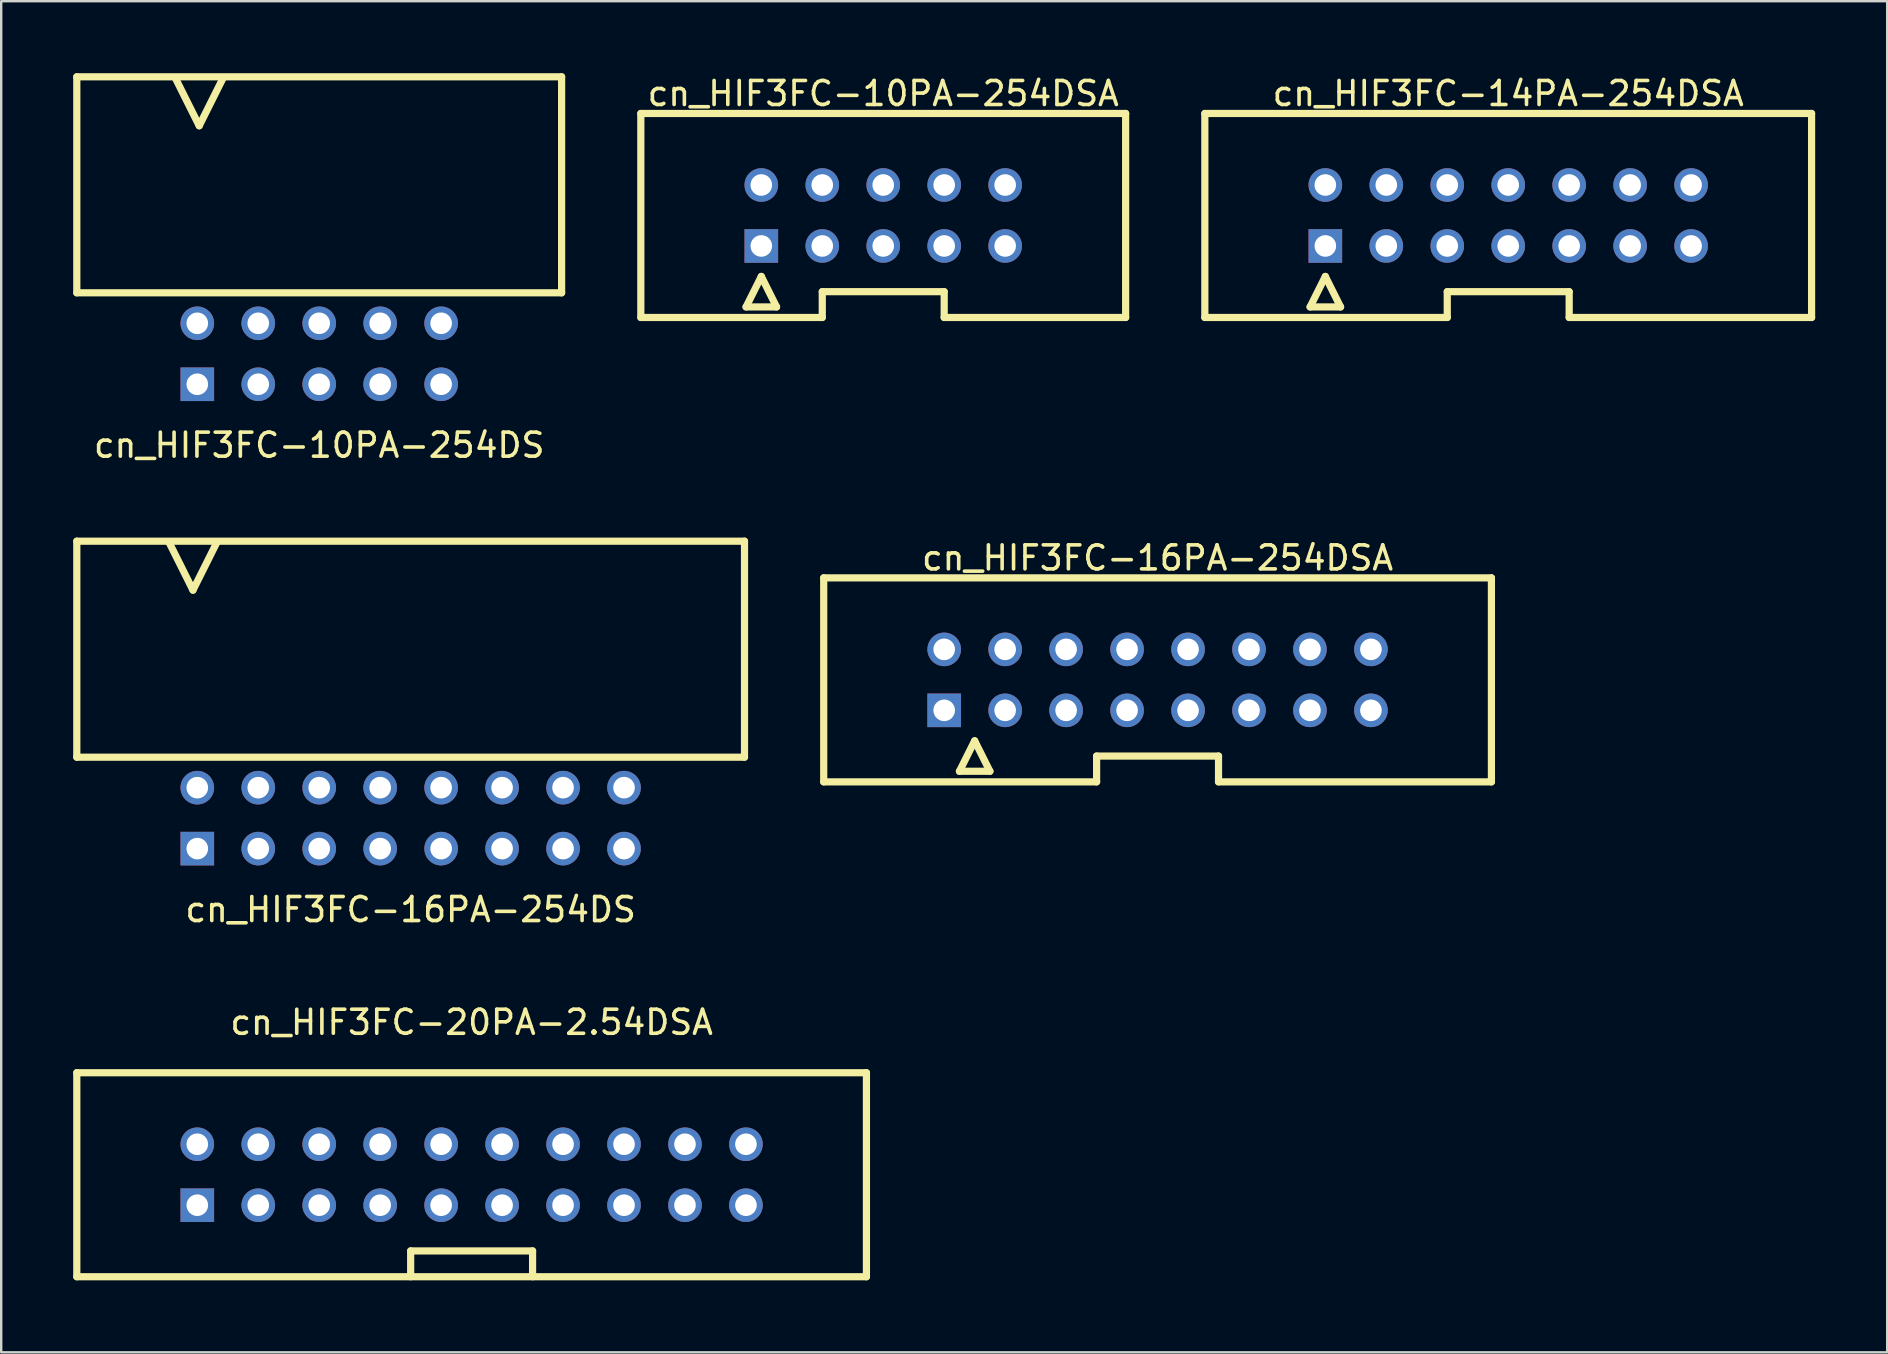
<source format=kicad_pcb>
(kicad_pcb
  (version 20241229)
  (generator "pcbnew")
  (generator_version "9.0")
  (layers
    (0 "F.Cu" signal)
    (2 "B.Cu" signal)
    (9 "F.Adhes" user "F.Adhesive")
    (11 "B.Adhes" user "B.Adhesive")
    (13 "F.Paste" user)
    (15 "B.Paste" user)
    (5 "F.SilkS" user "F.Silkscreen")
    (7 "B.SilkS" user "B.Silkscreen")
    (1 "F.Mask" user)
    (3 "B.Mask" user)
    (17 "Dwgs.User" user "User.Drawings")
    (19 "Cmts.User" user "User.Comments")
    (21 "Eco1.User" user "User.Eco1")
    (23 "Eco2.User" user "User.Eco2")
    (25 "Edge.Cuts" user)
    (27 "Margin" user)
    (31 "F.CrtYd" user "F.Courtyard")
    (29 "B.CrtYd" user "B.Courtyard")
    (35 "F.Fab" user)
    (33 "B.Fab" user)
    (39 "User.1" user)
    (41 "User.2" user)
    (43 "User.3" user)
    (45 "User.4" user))
  (footprint "cn_HIF3FC-16PA-254DSA"
    (layer "F.Cu")
    (at 45.18 25.276)
    (property "Reference" "cn_HIF3FC-16PA-254DSA" (at 0 -5.08 0) (layer "F.SilkS") (effects (font (size 1 1) (thickness 0.15))))
    (attr through_hole)
    (fp_line (start -13.91 -4.25) (end 13.91 -4.25) (stroke (width 0.3) (type solid)) (layer "F.SilkS"))
    (fp_line (start -13.91 4.25) (end -13.91 -4.25) (stroke (width 0.3) (type solid)) (layer "F.SilkS"))
    (fp_line (start -8.255 3.81) (end -6.985 3.81) (stroke (width 0.3) (type solid)) (layer "F.SilkS"))
    (fp_line (start -7.62 2.54) (end -8.255 3.81) (stroke (width 0.3) (type solid)) (layer "F.SilkS"))
    (fp_line (start -6.985 3.81) (end -7.62 2.54) (stroke (width 0.3) (type solid)) (layer "F.SilkS"))
    (fp_line (start -2.54 3.175) (end 2.54 3.175) (stroke (width 0.3) (type solid)) (layer "F.SilkS"))
    (fp_line (start -2.54 4.25) (end -13.91 4.25) (stroke (width 0.3) (type solid)) (layer "F.SilkS"))
    (fp_line (start -2.54 4.25) (end -2.54 3.175) (stroke (width 0.3) (type solid)) (layer "F.SilkS"))
    (fp_line (start 2.54 3.175) (end 2.54 4.25) (stroke (width 0.3) (type solid)) (layer "F.SilkS"))
    (fp_line (start 13.91 -4.25) (end 13.91 4.25) (stroke (width 0.3) (type solid)) (layer "F.SilkS"))
    (fp_line (start 13.91 4.25) (end 2.54 4.25) (stroke (width 0.3) (type solid)) (layer "F.SilkS"))
    (pad "1" thru_hole rect (at -8.89 1.27) (size 1.4 1.4) (drill 0.9) (layers "*.Cu" "*.Mask"))
    (pad "2" thru_hole circle (at -8.89 -1.27) (size 1.4 1.4) (drill 0.9) (layers "*.Cu" "*.Mask"))
    (pad "3" thru_hole circle (at -6.35 1.27) (size 1.4 1.4) (drill 0.9) (layers "*.Cu" "*.Mask"))
    (pad "4" thru_hole circle (at -6.35 -1.27) (size 1.4 1.4) (drill 0.9) (layers "*.Cu" "*.Mask"))
    (pad "5" thru_hole circle (at -3.81 1.27) (size 1.4 1.4) (drill 0.9) (layers "*.Cu" "*.Mask"))
    (pad "6" thru_hole circle (at -3.81 -1.27) (size 1.4 1.4) (drill 0.9) (layers "*.Cu" "*.Mask"))
    (pad "7" thru_hole circle (at -1.27 1.27) (size 1.4 1.4) (drill 0.9) (layers "*.Cu" "*.Mask"))
    (pad "8" thru_hole circle (at -1.27 -1.27) (size 1.4 1.4) (drill 0.9) (layers "*.Cu" "*.Mask"))
    (pad "9" thru_hole circle (at 1.27 1.27) (size 1.4 1.4) (drill 0.9) (layers "*.Cu" "*.Mask"))
    (pad "10" thru_hole circle (at 1.27 -1.27) (size 1.4 1.4) (drill 0.9) (layers "*.Cu" "*.Mask"))
    (pad "11" thru_hole circle (at 3.81 1.27) (size 1.4 1.4) (drill 0.9) (layers "*.Cu" "*.Mask"))
    (pad "12" thru_hole circle (at 3.81 -1.27) (size 1.4 1.4) (drill 0.9) (layers "*.Cu" "*.Mask"))
    (pad "13" thru_hole circle (at 6.35 1.27) (size 1.4 1.4) (drill 0.9) (layers "*.Cu" "*.Mask"))
    (pad "14" thru_hole circle (at 6.35 -1.27) (size 1.4 1.4) (drill 0.9) (layers "*.Cu" "*.Mask"))
    (pad "15" thru_hole circle (at 8.89 1.27) (size 1.4 1.4) (drill 0.9) (layers "*.Cu" "*.Mask"))
    (pad "16" thru_hole circle (at 8.89 -1.27) (size 1.4 1.4) (drill 0.9) (layers "*.Cu" "*.Mask")))
  (footprint "cn_HIF3FC-10PA-254DS"
    (layer "F.Cu")
    (at 10.25 11.69)
    (property "Reference" "cn_HIF3FC-10PA-254DS" (at 0 3.81 0) (layer "F.SilkS") (effects (font (size 1 1) (thickness 0.15))))
    (attr through_hole)
    (fp_line (start -10.1 -11.54) (end -10.1 -2.54) (stroke (width 0.3) (type solid)) (layer "F.SilkS"))
    (fp_line (start -10.1 -2.54) (end 10.1 -2.54) (stroke (width 0.3) (type solid)) (layer "F.SilkS"))
    (fp_line (start -6 -11.5) (end -5 -9.5) (stroke (width 0.3) (type solid)) (layer "F.SilkS"))
    (fp_line (start -5 -9.5) (end -4 -11.5) (stroke (width 0.3) (type solid)) (layer "F.SilkS"))
    (fp_line (start 10.1 -11.54) (end -10.1 -11.54) (stroke (width 0.3) (type solid)) (layer "F.SilkS"))
    (fp_line (start 10.1 -2.54) (end 10.1 -11.54) (stroke (width 0.3) (type solid)) (layer "F.SilkS"))
    (pad "1" thru_hole rect (at -5.08 1.27) (size 1.4 1.4) (drill 0.9) (layers "*.Cu" "*.Mask"))
    (pad "2" thru_hole circle (at -5.08 -1.27) (size 1.4 1.4) (drill 0.9) (layers "*.Cu" "*.Mask"))
    (pad "3" thru_hole circle (at -2.54 1.27) (size 1.4 1.4) (drill 0.9) (layers "*.Cu" "*.Mask"))
    (pad "4" thru_hole circle (at -2.54 -1.27) (size 1.4 1.4) (drill 0.9) (layers "*.Cu" "*.Mask"))
    (pad "5" thru_hole circle (at 0 1.27) (size 1.4 1.4) (drill 0.9) (layers "*.Cu" "*.Mask"))
    (pad "6" thru_hole circle (at 0 -1.27) (size 1.4 1.4) (drill 0.9) (layers "*.Cu" "*.Mask"))
    (pad "7" thru_hole circle (at 2.54 1.27) (size 1.4 1.4) (drill 0.9) (layers "*.Cu" "*.Mask"))
    (pad "8" thru_hole circle (at 2.54 -1.27) (size 1.4 1.4) (drill 0.9) (layers "*.Cu" "*.Mask"))
    (pad "9" thru_hole circle (at 5.08 1.27) (size 1.4 1.4) (drill 0.9) (layers "*.Cu" "*.Mask"))
    (pad "10" thru_hole circle (at 5.08 -1.27) (size 1.4 1.4) (drill 0.9) (layers "*.Cu" "*.Mask")))
  (footprint "cn_HIF3FC-20PA-2.54DSA"
    (layer "F.Cu")
    (at 16.6 45.895)
    (property "Reference" "cn_HIF3FC-20PA-2.54DSA" (at 0 -6.35 0) (layer "F.SilkS") (effects (font (size 1 1) (thickness 0.15))))
    (attr through_hole)
    (fp_line (start -16.45 -4.25) (end -16.45 4.25) (stroke (width 0.3) (type solid)) (layer "F.SilkS"))
    (fp_line (start -16.45 4.25) (end 16.45 4.25) (stroke (width 0.3) (type solid)) (layer "F.SilkS"))
    (fp_line (start -2.54 3.175) (end 2.54 3.175) (stroke (width 0.3) (type solid)) (layer "F.SilkS"))
    (fp_line (start -2.54 4.25) (end -2.54 3.175) (stroke (width 0.3) (type solid)) (layer "F.SilkS"))
    (fp_line (start 2.54 3.175) (end 2.54 4.25) (stroke (width 0.3) (type solid)) (layer "F.SilkS"))
    (fp_line (start 16.45 -4.25) (end -16.45 -4.25) (stroke (width 0.3) (type solid)) (layer "F.SilkS"))
    (fp_line (start 16.45 4.25) (end 16.45 -4.25) (stroke (width 0.3) (type solid)) (layer "F.SilkS"))
    (pad "1" thru_hole rect (at -11.43 1.27) (size 1.4 1.4) (drill 0.9) (layers "*.Cu" "*.Mask"))
    (pad "2" thru_hole circle (at -11.43 -1.27) (size 1.4 1.4) (drill 0.9) (layers "*.Cu" "*.Mask"))
    (pad "3" thru_hole circle (at -8.89 1.27) (size 1.4 1.4) (drill 0.9) (layers "*.Cu" "*.Mask"))
    (pad "4" thru_hole circle (at -8.89 -1.27) (size 1.4 1.4) (drill 0.9) (layers "*.Cu" "*.Mask"))
    (pad "5" thru_hole circle (at -6.35 1.27) (size 1.4 1.4) (drill 0.9) (layers "*.Cu" "*.Mask"))
    (pad "6" thru_hole circle (at -6.35 -1.27) (size 1.4 1.4) (drill 0.9) (layers "*.Cu" "*.Mask"))
    (pad "7" thru_hole circle (at -3.81 1.27) (size 1.4 1.4) (drill 0.9) (layers "*.Cu" "*.Mask"))
    (pad "8" thru_hole circle (at -3.81 -1.27) (size 1.4 1.4) (drill 0.9) (layers "*.Cu" "*.Mask"))
    (pad "9" thru_hole circle (at -1.27 1.27) (size 1.4 1.4) (drill 0.9) (layers "*.Cu" "*.Mask"))
    (pad "10" thru_hole circle (at -1.27 -1.27) (size 1.4 1.4) (drill 0.9) (layers "*.Cu" "*.Mask"))
    (pad "11" thru_hole circle (at 1.27 1.27) (size 1.4 1.4) (drill 0.9) (layers "*.Cu" "*.Mask"))
    (pad "12" thru_hole circle (at 1.27 -1.27) (size 1.4 1.4) (drill 0.9) (layers "*.Cu" "*.Mask"))
    (pad "13" thru_hole circle (at 3.81 1.27) (size 1.4 1.4) (drill 0.9) (layers "*.Cu" "*.Mask"))
    (pad "14" thru_hole circle (at 3.81 -1.27) (size 1.4 1.4) (drill 0.9) (layers "*.Cu" "*.Mask"))
    (pad "15" thru_hole circle (at 6.35 1.27) (size 1.4 1.4) (drill 0.9) (layers "*.Cu" "*.Mask"))
    (pad "16" thru_hole circle (at 6.35 -1.27) (size 1.4 1.4) (drill 0.9) (layers "*.Cu" "*.Mask"))
    (pad "17" thru_hole circle (at 8.89 1.27) (size 1.4 1.4) (drill 0.9) (layers "*.Cu" "*.Mask"))
    (pad "18" thru_hole circle (at 8.89 -1.27) (size 1.4 1.4) (drill 0.9) (layers "*.Cu" "*.Mask"))
    (pad "19" thru_hole circle (at 11.43 1.27) (size 1.4 1.4) (drill 0.9) (layers "*.Cu" "*.Mask"))
    (pad "20" thru_hole circle (at 11.43 -1.27) (size 1.4 1.4) (drill 0.9) (layers "*.Cu" "*.Mask")))
  (footprint "cn_HIF3FC-16PA-254DS"
    (layer "F.Cu")
    (at 14.06 31.038)
    (property "Reference" "cn_HIF3FC-16PA-254DS" (at 0 3.81 0) (layer "F.SilkS") (effects (font (size 1 1) (thickness 0.15))))
    (attr through_hole)
    (fp_line (start -13.91 -11.54) (end -13.91 -2.54) (stroke (width 0.3) (type solid)) (layer "F.SilkS"))
    (fp_line (start -13.91 -2.54) (end 13.91 -2.54) (stroke (width 0.3) (type solid)) (layer "F.SilkS"))
    (fp_line (start -10.07 -11.5) (end -9.07 -9.5) (stroke (width 0.3) (type solid)) (layer "F.SilkS"))
    (fp_line (start -9.07 -9.5) (end -8.07 -11.5) (stroke (width 0.3) (type solid)) (layer "F.SilkS"))
    (fp_line (start 13.91 -11.54) (end -13.91 -11.54) (stroke (width 0.3) (type solid)) (layer "F.SilkS"))
    (fp_line (start 13.91 -2.54) (end 13.91 -11.54) (stroke (width 0.3) (type solid)) (layer "F.SilkS"))
    (pad "1" thru_hole rect (at -8.89 1.27) (size 1.4 1.4) (drill 0.9) (layers "*.Cu" "*.Mask"))
    (pad "2" thru_hole circle (at -8.89 -1.27) (size 1.4 1.4) (drill 0.9) (layers "*.Cu" "*.Mask"))
    (pad "3" thru_hole circle (at -6.35 1.27) (size 1.4 1.4) (drill 0.9) (layers "*.Cu" "*.Mask"))
    (pad "4" thru_hole circle (at -6.35 -1.27) (size 1.4 1.4) (drill 0.9) (layers "*.Cu" "*.Mask"))
    (pad "5" thru_hole circle (at -3.81 1.27) (size 1.4 1.4) (drill 0.9) (layers "*.Cu" "*.Mask"))
    (pad "6" thru_hole circle (at -3.81 -1.27) (size 1.4 1.4) (drill 0.9) (layers "*.Cu" "*.Mask"))
    (pad "7" thru_hole circle (at -1.27 1.27) (size 1.4 1.4) (drill 0.9) (layers "*.Cu" "*.Mask"))
    (pad "8" thru_hole circle (at -1.27 -1.27) (size 1.4 1.4) (drill 0.9) (layers "*.Cu" "*.Mask"))
    (pad "9" thru_hole circle (at 1.27 1.27) (size 1.4 1.4) (drill 0.9) (layers "*.Cu" "*.Mask"))
    (pad "10" thru_hole circle (at 1.27 -1.27) (size 1.4 1.4) (drill 0.9) (layers "*.Cu" "*.Mask"))
    (pad "11" thru_hole circle (at 3.81 1.27) (size 1.4 1.4) (drill 0.9) (layers "*.Cu" "*.Mask"))
    (pad "12" thru_hole circle (at 3.81 -1.27) (size 1.4 1.4) (drill 0.9) (layers "*.Cu" "*.Mask"))
    (pad "13" thru_hole circle (at 6.35 1.27) (size 1.4 1.4) (drill 0.9) (layers "*.Cu" "*.Mask"))
    (pad "14" thru_hole circle (at 6.35 -1.27) (size 1.4 1.4) (drill 0.9) (layers "*.Cu" "*.Mask"))
    (pad "15" thru_hole circle (at 8.89 1.27) (size 1.4 1.4) (drill 0.9) (layers "*.Cu" "*.Mask"))
    (pad "16" thru_hole circle (at 8.89 -1.27) (size 1.4 1.4) (drill 0.9) (layers "*.Cu" "*.Mask")))
  (footprint "cn_HIF3FC-10PA-254DSA"
    (layer "F.Cu")
    (at 33.75 5.928)
    (property "Reference" "cn_HIF3FC-10PA-254DSA" (at 0 -5.08 0) (layer "F.SilkS") (effects (font (size 1 1) (thickness 0.15))))
    (attr through_hole)
    (fp_line (start -10.1 -4.25) (end 10.1 -4.25) (stroke (width 0.3) (type solid)) (layer "F.SilkS"))
    (fp_line (start -10.1 4.25) (end -10.1 -4.25) (stroke (width 0.3) (type solid)) (layer "F.SilkS"))
    (fp_line (start -5.715 3.81) (end -4.445 3.81) (stroke (width 0.3) (type solid)) (layer "F.SilkS"))
    (fp_line (start -5.08 2.54) (end -5.715 3.81) (stroke (width 0.3) (type solid)) (layer "F.SilkS"))
    (fp_line (start -4.445 3.81) (end -5.08 2.54) (stroke (width 0.3) (type solid)) (layer "F.SilkS"))
    (fp_line (start -2.54 3.175) (end 2.54 3.175) (stroke (width 0.3) (type solid)) (layer "F.SilkS"))
    (fp_line (start -2.54 4.25) (end -10.1 4.25) (stroke (width 0.3) (type solid)) (layer "F.SilkS"))
    (fp_line (start -2.54 4.25) (end -2.54 3.175) (stroke (width 0.3) (type solid)) (layer "F.SilkS"))
    (fp_line (start 2.54 3.175) (end 2.54 4.25) (stroke (width 0.3) (type solid)) (layer "F.SilkS"))
    (fp_line (start 10.1 -4.25) (end 10.1 4.25) (stroke (width 0.3) (type solid)) (layer "F.SilkS"))
    (fp_line (start 10.1 4.25) (end 2.54 4.25) (stroke (width 0.3) (type solid)) (layer "F.SilkS"))
    (pad "1" thru_hole rect (at -5.08 1.27) (size 1.4 1.4) (drill 0.9) (layers "*.Cu" "*.Mask"))
    (pad "2" thru_hole circle (at -5.08 -1.27) (size 1.4 1.4) (drill 0.9) (layers "*.Cu" "*.Mask"))
    (pad "3" thru_hole circle (at -2.54 1.27) (size 1.4 1.4) (drill 0.9) (layers "*.Cu" "*.Mask"))
    (pad "4" thru_hole circle (at -2.54 -1.27) (size 1.4 1.4) (drill 0.9) (layers "*.Cu" "*.Mask"))
    (pad "5" thru_hole circle (at 0 1.27) (size 1.4 1.4) (drill 0.9) (layers "*.Cu" "*.Mask"))
    (pad "6" thru_hole circle (at 0 -1.27) (size 1.4 1.4) (drill 0.9) (layers "*.Cu" "*.Mask"))
    (pad "7" thru_hole circle (at 2.54 1.27) (size 1.4 1.4) (drill 0.9) (layers "*.Cu" "*.Mask"))
    (pad "8" thru_hole circle (at 2.54 -1.27) (size 1.4 1.4) (drill 0.9) (layers "*.Cu" "*.Mask"))
    (pad "9" thru_hole circle (at 5.08 1.27) (size 1.4 1.4) (drill 0.9) (layers "*.Cu" "*.Mask"))
    (pad "10" thru_hole circle (at 5.08 -1.27) (size 1.4 1.4) (drill 0.9) (layers "*.Cu" "*.Mask")))
  (footprint "cn_HIF3FC-14PA-254DSA"
    (layer "F.Cu")
    (at 59.79 5.928)
    (property "Reference" "cn_HIF3FC-14PA-254DSA" (at 0 -5.08 0) (layer "F.SilkS") (effects (font (size 1 1) (thickness 0.15))))
    (attr through_hole)
    (fp_line (start -12.64 -4.25) (end 12.64 -4.25) (stroke (width 0.3) (type solid)) (layer "F.SilkS"))
    (fp_line (start -12.64 4.25) (end -12.64 -4.25) (stroke (width 0.3) (type solid)) (layer "F.SilkS"))
    (fp_line (start -8.255 3.81) (end -6.985 3.81) (stroke (width 0.3) (type solid)) (layer "F.SilkS"))
    (fp_line (start -7.62 2.54) (end -8.255 3.81) (stroke (width 0.3) (type solid)) (layer "F.SilkS"))
    (fp_line (start -6.985 3.81) (end -7.62 2.54) (stroke (width 0.3) (type solid)) (layer "F.SilkS"))
    (fp_line (start -2.54 3.175) (end 2.54 3.175) (stroke (width 0.3) (type solid)) (layer "F.SilkS"))
    (fp_line (start -2.54 4.25) (end -12.64 4.25) (stroke (width 0.3) (type solid)) (layer "F.SilkS"))
    (fp_line (start -2.54 4.25) (end -2.54 3.175) (stroke (width 0.3) (type solid)) (layer "F.SilkS"))
    (fp_line (start 2.54 3.175) (end 2.54 4.25) (stroke (width 0.3) (type solid)) (layer "F.SilkS"))
    (fp_line (start 12.64 -4.25) (end 12.64 4.25) (stroke (width 0.3) (type solid)) (layer "F.SilkS"))
    (fp_line (start 12.64 4.25) (end 2.54 4.25) (stroke (width 0.3) (type solid)) (layer "F.SilkS"))
    (pad "1" thru_hole rect (at -7.62 1.27) (size 1.4 1.4) (drill 0.9) (layers "*.Cu" "*.Mask"))
    (pad "2" thru_hole circle (at -7.62 -1.27) (size 1.4 1.4) (drill 0.9) (layers "*.Cu" "*.Mask"))
    (pad "3" thru_hole circle (at -5.08 1.27) (size 1.4 1.4) (drill 0.9) (layers "*.Cu" "*.Mask"))
    (pad "4" thru_hole circle (at -5.08 -1.27) (size 1.4 1.4) (drill 0.9) (layers "*.Cu" "*.Mask"))
    (pad "5" thru_hole circle (at -2.54 1.27) (size 1.4 1.4) (drill 0.9) (layers "*.Cu" "*.Mask"))
    (pad "6" thru_hole circle (at -2.54 -1.27) (size 1.4 1.4) (drill 0.9) (layers "*.Cu" "*.Mask"))
    (pad "7" thru_hole circle (at 0 1.27) (size 1.4 1.4) (drill 0.9) (layers "*.Cu" "*.Mask"))
    (pad "8" thru_hole circle (at 0 -1.27) (size 1.4 1.4) (drill 0.9) (layers "*.Cu" "*.Mask"))
    (pad "9" thru_hole circle (at 2.54 1.27) (size 1.4 1.4) (drill 0.9) (layers "*.Cu" "*.Mask"))
    (pad "10" thru_hole circle (at 2.54 -1.27) (size 1.4 1.4) (drill 0.9) (layers "*.Cu" "*.Mask"))
    (pad "11" thru_hole circle (at 5.08 1.27) (size 1.4 1.4) (drill 0.9) (layers "*.Cu" "*.Mask"))
    (pad "12" thru_hole circle (at 5.08 -1.27) (size 1.4 1.4) (drill 0.9) (layers "*.Cu" "*.Mask"))
    (pad "13" thru_hole circle (at 7.62 1.27) (size 1.4 1.4) (drill 0.9) (layers "*.Cu" "*.Mask"))
    (pad "14" thru_hole circle (at 7.62 -1.27) (size 1.4 1.4) (drill 0.9) (layers "*.Cu" "*.Mask")))
  (gr_rect
    (start -3 -3)
    (end 75.58 53.295)
    (stroke (width 0.1) (type default))
    (fill no)
    (layer "Edge.Cuts")))
</source>
